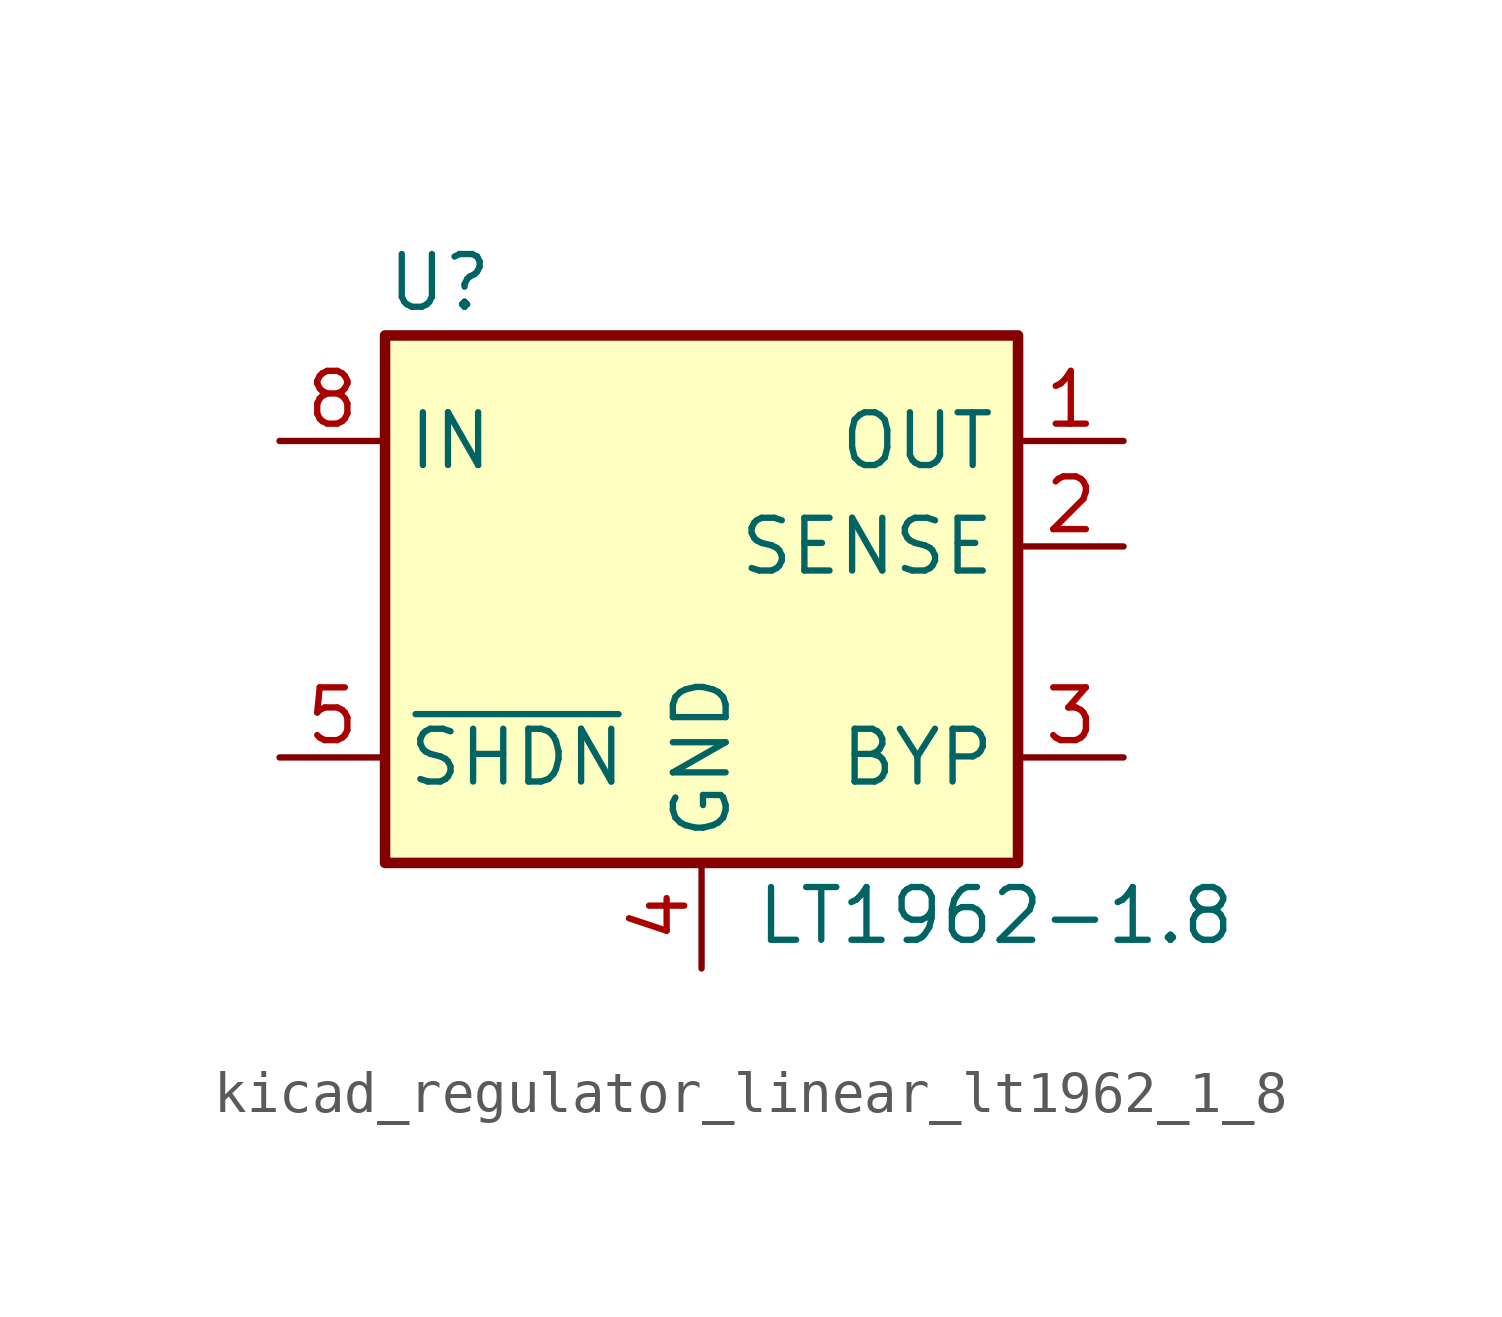
<source format=kicad_sym>
(kicad_symbol_lib
  (version 20220914)
  (generator kicad_symbol_editor)
  (symbol "kicad_regulator_linear_lt1962_1_8"
    (property "Reference" "U"
      (at -7.62 8.89 0)
      (effects (font (size 1.27 1.27)) (justify left)))
    (property "Value" "LT1962-1.8"
      (at 1.27 -6.35 0)
      (effects (font (size 1.27 1.27)) (justify left)))
    (symbol "kicad_regulator_linear_lt1962_1_8_0_1"
      (rectangle (start -7.62 7.62) (end 7.62 -5.08) (stroke (width 0.254) (type default)) (fill (type background))))
    (symbol "kicad_regulator_linear_lt1962_1_8_1_1"
      (pin power_out line (at 10.16 5.08 180) (length 2.54) (name "OUT" (effects (font (size 1.27 1.27)))) (number "1" (effects (font (size 1.27 1.27)))))
      (pin input line (at 10.16 2.54 180) (length 2.54) (name "SENSE" (effects (font (size 1.27 1.27)))) (number "2" (effects (font (size 1.27 1.27)))))
      (pin passive line (at 10.16 -2.54 180) (length 2.54) (name "BYP" (effects (font (size 1.27 1.27)))) (number "3" (effects (font (size 1.27 1.27)))))
      (pin power_in line (at 0 -7.62 90) (length 2.54) (name "GND" (effects (font (size 1.27 1.27)))) (number "4" (effects (font (size 1.27 1.27)))))
      (pin input line (at -10.16 -2.54 0) (length 2.54) (name "~{SHDN}" (effects (font (size 1.27 1.27)))) (number "5" (effects (font (size 1.27 1.27)))))
      (pin no_connect line (at 2.54 5.08 90) (length 2.54) hide (name "NC" (effects (font (size 1.27 1.27)))) (number "6" (effects (font (size 1.27 1.27)))))
      (pin no_connect line (at 2.54 2.54 90) (length 2.54) hide (name "NC" (effects (font (size 1.27 1.27)))) (number "7" (effects (font (size 1.27 1.27)))))
      (pin power_in line (at -10.16 5.08 0) (length 2.54) (name "IN" (effects (font (size 1.27 1.27)))) (number "8" (effects (font (size 1.27 1.27))))))))
</source>
